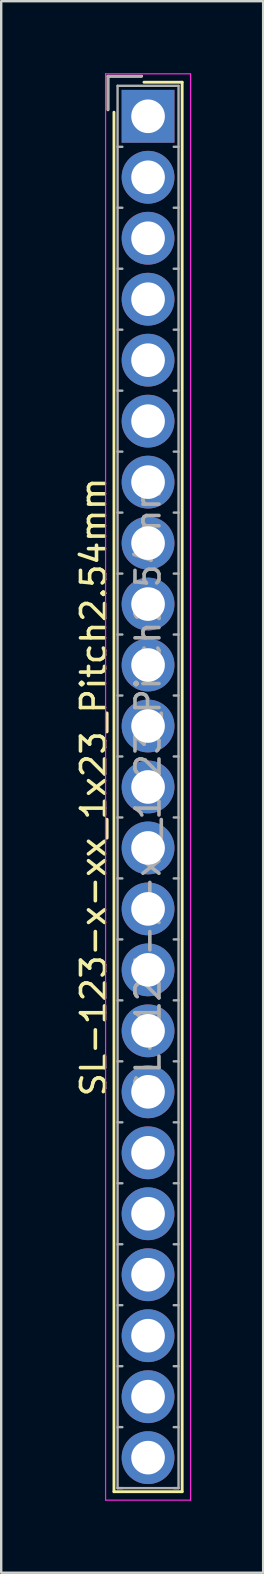
<source format=kicad_pcb>
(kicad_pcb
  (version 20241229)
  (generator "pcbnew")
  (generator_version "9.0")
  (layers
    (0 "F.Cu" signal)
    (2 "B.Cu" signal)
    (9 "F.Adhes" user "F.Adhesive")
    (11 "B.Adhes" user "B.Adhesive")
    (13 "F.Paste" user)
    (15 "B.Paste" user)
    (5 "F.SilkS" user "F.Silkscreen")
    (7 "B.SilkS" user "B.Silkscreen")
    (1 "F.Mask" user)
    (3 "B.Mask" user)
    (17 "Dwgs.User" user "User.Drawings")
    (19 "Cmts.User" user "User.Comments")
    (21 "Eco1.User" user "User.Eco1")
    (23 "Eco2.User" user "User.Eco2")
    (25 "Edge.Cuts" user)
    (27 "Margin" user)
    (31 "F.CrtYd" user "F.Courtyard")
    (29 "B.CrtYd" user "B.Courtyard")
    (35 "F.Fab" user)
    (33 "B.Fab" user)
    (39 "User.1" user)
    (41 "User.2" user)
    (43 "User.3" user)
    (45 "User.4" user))
  (footprint "SL-123-x-xx_1x23_Pitch2.54mm"
    (layer "F.Cu")
    (at 3.118 1.795)
    (property "Reference" "SL-123-x-xx_1x23_Pitch2.54mm" (at -2.27 27.94 90) (layer "F.SilkS") (effects (font (size 1 1) (thickness 0.15))))
    (attr through_hole)
    (fp_line (start -1.67 -1.67) (end -1.67 -0.27) (stroke (width 0.12) (type solid)) (layer "F.SilkS"))
    (fp_line (start -1.42 57.3) (end -1.42 -0.17) (stroke (width 0.12) (type solid)) (layer "F.SilkS"))
    (fp_line (start -0.27 -1.67) (end -1.67 -1.67) (stroke (width 0.12) (type solid)) (layer "F.SilkS"))
    (fp_line (start -0.17 -1.42) (end 1.42 -1.42) (stroke (width 0.12) (type solid)) (layer "F.SilkS"))
    (fp_line (start 1.42 -1.42) (end 1.42 57.3) (stroke (width 0.12) (type solid)) (layer "F.SilkS"))
    (fp_line (start 1.42 57.3) (end -1.42 57.3) (stroke (width 0.12) (type solid)) (layer "F.SilkS"))
    (fp_line (start -1.77 -1.77) (end -1.77 57.65) (stroke (width 0.05) (type solid)) (layer "F.CrtYd"))
    (fp_line (start -1.77 57.65) (end 1.77 57.65) (stroke (width 0.05) (type solid)) (layer "F.CrtYd"))
    (fp_line (start 1.77 -1.77) (end -1.77 -1.77) (stroke (width 0.05) (type solid)) (layer "F.CrtYd"))
    (fp_line (start 1.77 57.65) (end 1.77 -1.77) (stroke (width 0.05) (type solid)) (layer "F.CrtYd"))
    (fp_line (start -1.67 -1.67) (end -1.67 -0.27) (stroke (width 0.1) (type solid)) (layer "F.Fab"))
    (fp_line (start -1.27 -1.27) (end -1.27 57.15) (stroke (width 0.1) (type solid)) (layer "F.Fab"))
    (fp_line (start -1.27 1.27) (end -1.07 1.27) (stroke (width 0.1) (type solid)) (layer "F.Fab"))
    (fp_line (start -1.27 3.81) (end -1.07 3.81) (stroke (width 0.1) (type solid)) (layer "F.Fab"))
    (fp_line (start -1.27 6.35) (end -1.07 6.35) (stroke (width 0.1) (type solid)) (layer "F.Fab"))
    (fp_line (start -1.27 8.89) (end -1.07 8.89) (stroke (width 0.1) (type solid)) (layer "F.Fab"))
    (fp_line (start -1.27 11.43) (end -1.07 11.43) (stroke (width 0.1) (type solid)) (layer "F.Fab"))
    (fp_line (start -1.27 13.97) (end -1.07 13.97) (stroke (width 0.1) (type solid)) (layer "F.Fab"))
    (fp_line (start -1.27 16.51) (end -1.07 16.51) (stroke (width 0.1) (type solid)) (layer "F.Fab"))
    (fp_line (start -1.27 19.05) (end -1.07 19.05) (stroke (width 0.1) (type solid)) (layer "F.Fab"))
    (fp_line (start -1.27 21.59) (end -1.07 21.59) (stroke (width 0.1) (type solid)) (layer "F.Fab"))
    (fp_line (start -1.27 24.13) (end -1.07 24.13) (stroke (width 0.1) (type solid)) (layer "F.Fab"))
    (fp_line (start -1.27 26.67) (end -1.07 26.67) (stroke (width 0.1) (type solid)) (layer "F.Fab"))
    (fp_line (start -1.27 29.21) (end -1.07 29.21) (stroke (width 0.1) (type solid)) (layer "F.Fab"))
    (fp_line (start -1.27 31.75) (end -1.07 31.75) (stroke (width 0.1) (type solid)) (layer "F.Fab"))
    (fp_line (start -1.27 34.29) (end -1.07 34.29) (stroke (width 0.1) (type solid)) (layer "F.Fab"))
    (fp_line (start -1.27 36.83) (end -1.07 36.83) (stroke (width 0.1) (type solid)) (layer "F.Fab"))
    (fp_line (start -1.27 39.37) (end -1.07 39.37) (stroke (width 0.1) (type solid)) (layer "F.Fab"))
    (fp_line (start -1.27 41.91) (end -1.07 41.91) (stroke (width 0.1) (type solid)) (layer "F.Fab"))
    (fp_line (start -1.27 44.45) (end -1.07 44.45) (stroke (width 0.1) (type solid)) (layer "F.Fab"))
    (fp_line (start -1.27 46.99) (end -1.07 46.99) (stroke (width 0.1) (type solid)) (layer "F.Fab"))
    (fp_line (start -1.27 49.53) (end -1.07 49.53) (stroke (width 0.1) (type solid)) (layer "F.Fab"))
    (fp_line (start -1.27 52.07) (end -1.07 52.07) (stroke (width 0.1) (type solid)) (layer "F.Fab"))
    (fp_line (start -1.27 54.61) (end -1.07 54.61) (stroke (width 0.1) (type solid)) (layer "F.Fab"))
    (fp_line (start -1.27 57.15) (end -1.07 57.15) (stroke (width 0.1) (type solid)) (layer "F.Fab"))
    (fp_line (start -1.27 57.15) (end 1.27 57.15) (stroke (width 0.1) (type solid)) (layer "F.Fab"))
    (fp_line (start -0.27 -1.67) (end -1.67 -1.67) (stroke (width 0.1) (type solid)) (layer "F.Fab"))
    (fp_line (start 1.27 -1.27) (end -1.27 -1.27) (stroke (width 0.1) (type solid)) (layer "F.Fab"))
    (fp_line (start 1.27 1.27) (end 1.07 1.27) (stroke (width 0.1) (type solid)) (layer "F.Fab"))
    (fp_line (start 1.27 3.81) (end 1.07 3.81) (stroke (width 0.1) (type solid)) (layer "F.Fab"))
    (fp_line (start 1.27 6.35) (end 1.07 6.35) (stroke (width 0.1) (type solid)) (layer "F.Fab"))
    (fp_line (start 1.27 8.89) (end 1.07 8.89) (stroke (width 0.1) (type solid)) (layer "F.Fab"))
    (fp_line (start 1.27 11.43) (end 1.07 11.43) (stroke (width 0.1) (type solid)) (layer "F.Fab"))
    (fp_line (start 1.27 13.97) (end 1.07 13.97) (stroke (width 0.1) (type solid)) (layer "F.Fab"))
    (fp_line (start 1.27 16.51) (end 1.07 16.51) (stroke (width 0.1) (type solid)) (layer "F.Fab"))
    (fp_line (start 1.27 19.05) (end 1.07 19.05) (stroke (width 0.1) (type solid)) (layer "F.Fab"))
    (fp_line (start 1.27 21.59) (end 1.07 21.59) (stroke (width 0.1) (type solid)) (layer "F.Fab"))
    (fp_line (start 1.27 24.13) (end 1.07 24.13) (stroke (width 0.1) (type solid)) (layer "F.Fab"))
    (fp_line (start 1.27 26.67) (end 1.07 26.67) (stroke (width 0.1) (type solid)) (layer "F.Fab"))
    (fp_line (start 1.27 29.21) (end 1.07 29.21) (stroke (width 0.1) (type solid)) (layer "F.Fab"))
    (fp_line (start 1.27 31.75) (end 1.07 31.75) (stroke (width 0.1) (type solid)) (layer "F.Fab"))
    (fp_line (start 1.27 34.29) (end 1.07 34.29) (stroke (width 0.1) (type solid)) (layer "F.Fab"))
    (fp_line (start 1.27 36.83) (end 1.07 36.83) (stroke (width 0.1) (type solid)) (layer "F.Fab"))
    (fp_line (start 1.27 39.37) (end 1.07 39.37) (stroke (width 0.1) (type solid)) (layer "F.Fab"))
    (fp_line (start 1.27 41.91) (end 1.07 41.91) (stroke (width 0.1) (type solid)) (layer "F.Fab"))
    (fp_line (start 1.27 44.45) (end 1.07 44.45) (stroke (width 0.1) (type solid)) (layer "F.Fab"))
    (fp_line (start 1.27 46.99) (end 1.07 46.99) (stroke (width 0.1) (type solid)) (layer "F.Fab"))
    (fp_line (start 1.27 49.53) (end 1.07 49.53) (stroke (width 0.1) (type solid)) (layer "F.Fab"))
    (fp_line (start 1.27 52.07) (end 1.07 52.07) (stroke (width 0.1) (type solid)) (layer "F.Fab"))
    (fp_line (start 1.27 54.61) (end 1.07 54.61) (stroke (width 0.1) (type solid)) (layer "F.Fab"))
    (fp_line (start 1.27 57.15) (end 1.07 57.15) (stroke (width 0.1) (type solid)) (layer "F.Fab"))
    (fp_line (start 1.27 57.15) (end 1.27 -1.27) (stroke (width 0.1) (type solid)) (layer "F.Fab"))
    (fp_text user "${REFERENCE}" (at 0 27.94 90) (layer "F.Fab") (effects (font (size 1 1) (thickness 0.15))))
    (pad "1" thru_hole rect (at 0 0) (size 2.2 2.2) (drill 1.4) (layers "*.Cu" "*.Mask"))
    (pad "2" thru_hole circle (at 0 2.54) (size 2.2 2.2) (drill 1.4) (layers "*.Cu" "*.Mask"))
    (pad "3" thru_hole circle (at 0 5.08) (size 2.2 2.2) (drill 1.4) (layers "*.Cu" "*.Mask"))
    (pad "4" thru_hole circle (at 0 7.62) (size 2.2 2.2) (drill 1.4) (layers "*.Cu" "*.Mask"))
    (pad "5" thru_hole circle (at 0 10.16) (size 2.2 2.2) (drill 1.4) (layers "*.Cu" "*.Mask"))
    (pad "6" thru_hole circle (at 0 12.7) (size 2.2 2.2) (drill 1.4) (layers "*.Cu" "*.Mask"))
    (pad "7" thru_hole circle (at 0 15.24) (size 2.2 2.2) (drill 1.4) (layers "*.Cu" "*.Mask"))
    (pad "8" thru_hole circle (at 0 17.78) (size 2.2 2.2) (drill 1.4) (layers "*.Cu" "*.Mask"))
    (pad "9" thru_hole circle (at 0 20.32) (size 2.2 2.2) (drill 1.4) (layers "*.Cu" "*.Mask"))
    (pad "10" thru_hole circle (at 0 22.86) (size 2.2 2.2) (drill 1.4) (layers "*.Cu" "*.Mask"))
    (pad "11" thru_hole circle (at 0 25.4) (size 2.2 2.2) (drill 1.4) (layers "*.Cu" "*.Mask"))
    (pad "12" thru_hole circle (at 0 27.94) (size 2.2 2.2) (drill 1.4) (layers "*.Cu" "*.Mask"))
    (pad "13" thru_hole circle (at 0 30.48) (size 2.2 2.2) (drill 1.4) (layers "*.Cu" "*.Mask"))
    (pad "14" thru_hole circle (at 0 33.02) (size 2.2 2.2) (drill 1.4) (layers "*.Cu" "*.Mask"))
    (pad "15" thru_hole circle (at 0 35.56) (size 2.2 2.2) (drill 1.4) (layers "*.Cu" "*.Mask"))
    (pad "16" thru_hole circle (at 0 38.1) (size 2.2 2.2) (drill 1.4) (layers "*.Cu" "*.Mask"))
    (pad "17" thru_hole circle (at 0 40.64) (size 2.2 2.2) (drill 1.4) (layers "*.Cu" "*.Mask"))
    (pad "18" thru_hole circle (at 0 43.18) (size 2.2 2.2) (drill 1.4) (layers "*.Cu" "*.Mask"))
    (pad "19" thru_hole circle (at 0 45.72) (size 2.2 2.2) (drill 1.4) (layers "*.Cu" "*.Mask"))
    (pad "20" thru_hole circle (at 0 48.26) (size 2.2 2.2) (drill 1.4) (layers "*.Cu" "*.Mask"))
    (pad "21" thru_hole circle (at 0 50.8) (size 2.2 2.2) (drill 1.4) (layers "*.Cu" "*.Mask"))
    (pad "22" thru_hole circle (at 0 53.34) (size 2.2 2.2) (drill 1.4) (layers "*.Cu" "*.Mask"))
    (pad "23" thru_hole circle (at 0 55.88) (size 2.2 2.2) (drill 1.4) (layers "*.Cu" "*.Mask")))
  (gr_rect
    (start -3 -3)
    (end 7.913 62.47)
    (stroke (width 0.1) (type default))
    (fill no)
    (layer "Edge.Cuts")))
</source>
